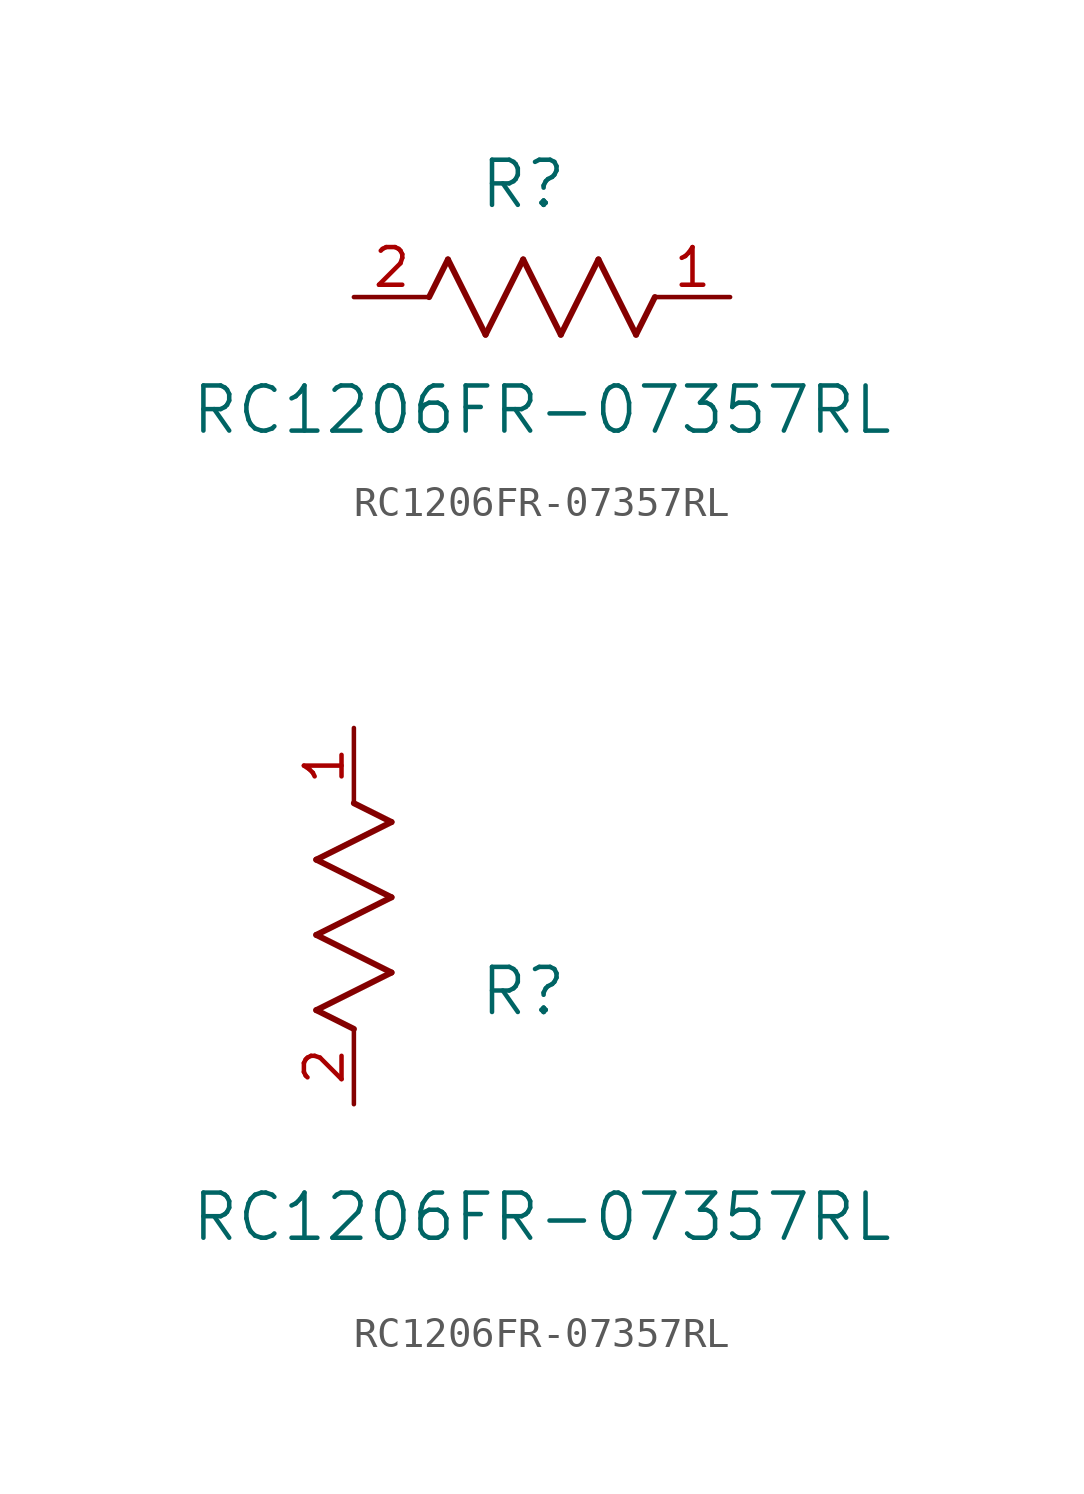
<source format=kicad_sym>
(kicad_symbol_lib
  (version 20211014)
  (generator kicad_symbol_editor)
  (symbol "RC1206FR-07357RL"
    (pin_names
      (offset 0.254))
    (property "Reference" "R"
      (at 5.715 3.81 0)
      (effects (font (size 1.524 1.524))))
    (property "Value" "RC1206FR-07357RL"
      (at 6.35 -3.81 0)
      (effects (font (size 1.524 1.524))))
    (symbol "RC1206FR-07357RL_1_1"
      (polyline (pts (xy 3.175 1.27) (xy 4.445 -1.27)) (stroke (width 0.203) (type default) (color 0 0 0 0)) (fill (type none)))
      (polyline (pts (xy 4.445 -1.27) (xy 5.715 1.27)) (stroke (width 0.203) (type default) (color 0 0 0 0)) (fill (type none)))
      (polyline (pts (xy 5.715 1.27) (xy 6.985 -1.27)) (stroke (width 0.203) (type default) (color 0 0 0 0)) (fill (type none)))
      (polyline (pts (xy 6.985 -1.27) (xy 8.255 1.27)) (stroke (width 0.203) (type default) (color 0 0 0 0)) (fill (type none)))
      (polyline (pts (xy 8.255 1.27) (xy 9.525 -1.27)) (stroke (width 0.203) (type default) (color 0 0 0 0)) (fill (type none)))
      (polyline (pts (xy 2.54 0) (xy 3.175 1.27)) (stroke (width 0.203) (type default) (color 0 0 0 0)) (fill (type none)))
      (polyline (pts (xy 9.525 -1.27) (xy 10.16 0)) (stroke (width 0.203) (type default) (color 0 0 0 0)) (fill (type none)))
      (pin unspecified line (at 12.7 0 180) (length 2.54) (name "" (effects (font (size 1.27 1.27)))) (number "1" (effects (font (size 1.27 1.27)))))
      (pin unspecified line (at 0 0 0) (length 2.54) (name "" (effects (font (size 1.27 1.27)))) (number "2" (effects (font (size 1.27 1.27))))))
    (symbol "RC1206FR-07357RL_1_2"
      (polyline (pts (xy 0 2.54) (xy -1.27 3.175)) (stroke (width 0.203) (type default) (color 0 0 0 0)) (fill (type none)))
      (polyline (pts (xy -1.27 3.175) (xy 1.27 4.445)) (stroke (width 0.203) (type default) (color 0 0 0 0)) (fill (type none)))
      (polyline (pts (xy 1.27 4.445) (xy -1.27 5.715)) (stroke (width 0.203) (type default) (color 0 0 0 0)) (fill (type none)))
      (polyline (pts (xy -1.27 5.715) (xy 1.27 6.985)) (stroke (width 0.203) (type default) (color 0 0 0 0)) (fill (type none)))
      (polyline (pts (xy -1.27 8.255) (xy 1.27 9.525)) (stroke (width 0.203) (type default) (color 0 0 0 0)) (fill (type none)))
      (polyline (pts (xy 1.27 9.525) (xy 0 10.16)) (stroke (width 0.203) (type default) (color 0 0 0 0)) (fill (type none)))
      (polyline (pts (xy 1.27 6.985) (xy -1.27 8.255)) (stroke (width 0.203) (type default) (color 0 0 0 0)) (fill (type none)))
      (pin unspecified line (at 0 12.7 270) (length 2.54) (name "" (effects (font (size 1.27 1.27)))) (number "1" (effects (font (size 1.27 1.27)))))
      (pin unspecified line (at 0 0 90) (length 2.54) (name "" (effects (font (size 1.27 1.27)))) (number "2" (effects (font (size 1.27 1.27))))))))
</source>
